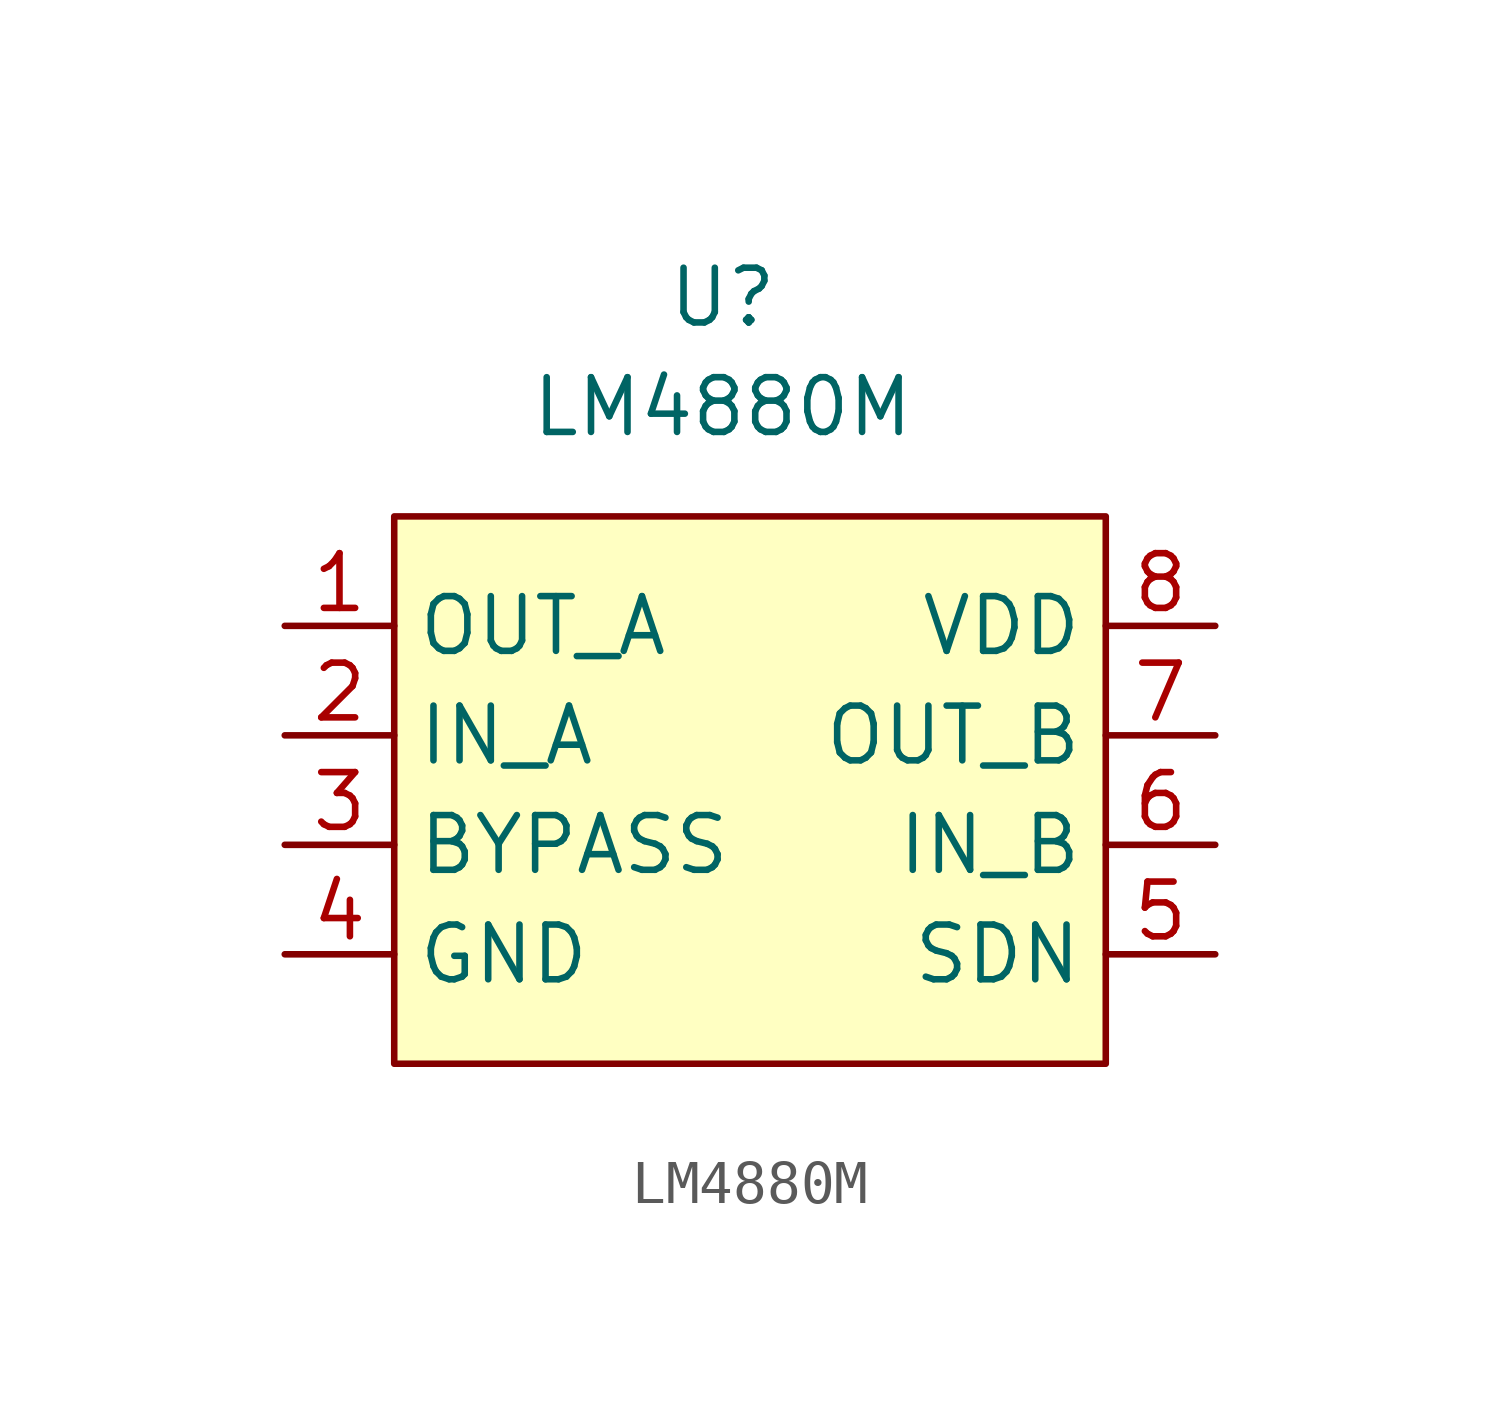
<source format=kicad_sym>
(kicad_symbol_lib
  (version 20210619)
  (generator kicad_symbol_editor)
  (symbol "bing-audio:LM4880M"
    (property "Reference" "U"
      (at 0 0 0)
      (effects (font (size 1.27 1.27))))
    (property "Value" "LM4880M"
      (at 0 -2.54 0)
      (effects (font (size 1.27 1.27))))
    (symbol "LM4880M_0_1"
      (rectangle (start -7.62 -5.08) (end 8.89 -17.78) (stroke (width 0.152)) (fill (type background))))
    (symbol "LM4880M_1_1"
      (pin output line (at -10.16 -7.62 0) (length 2.54) (name "OUT_A" (effects (font (size 1.27 1.27)))) (number "1" (effects (font (size 1.27 1.27)))))
      (pin input line (at -10.16 -10.16 0) (length 2.54) (name "IN_A" (effects (font (size 1.27 1.27)))) (number "2" (effects (font (size 1.27 1.27)))))
      (pin bidirectional line (at -10.16 -12.7 0) (length 2.54) (name "BYPASS" (effects (font (size 1.27 1.27)))) (number "3" (effects (font (size 1.27 1.27)))))
      (pin power_in line (at -10.16 -15.24 0) (length 2.54) (name "GND" (effects (font (size 1.27 1.27)))) (number "4" (effects (font (size 1.27 1.27)))))
      (pin bidirectional line (at 11.43 -15.24 180) (length 2.54) (name "SDN" (effects (font (size 1.27 1.27)))) (number "5" (effects (font (size 1.27 1.27)))))
      (pin input line (at 11.43 -12.7 180) (length 2.54) (name "IN_B" (effects (font (size 1.27 1.27)))) (number "6" (effects (font (size 1.27 1.27)))))
      (pin output line (at 11.43 -10.16 180) (length 2.54) (name "OUT_B" (effects (font (size 1.27 1.27)))) (number "7" (effects (font (size 1.27 1.27)))))
      (pin power_in line (at 11.43 -7.62 180) (length 2.54) (name "VDD" (effects (font (size 1.27 1.27)))) (number "8" (effects (font (size 1.27 1.27))))))))
</source>
